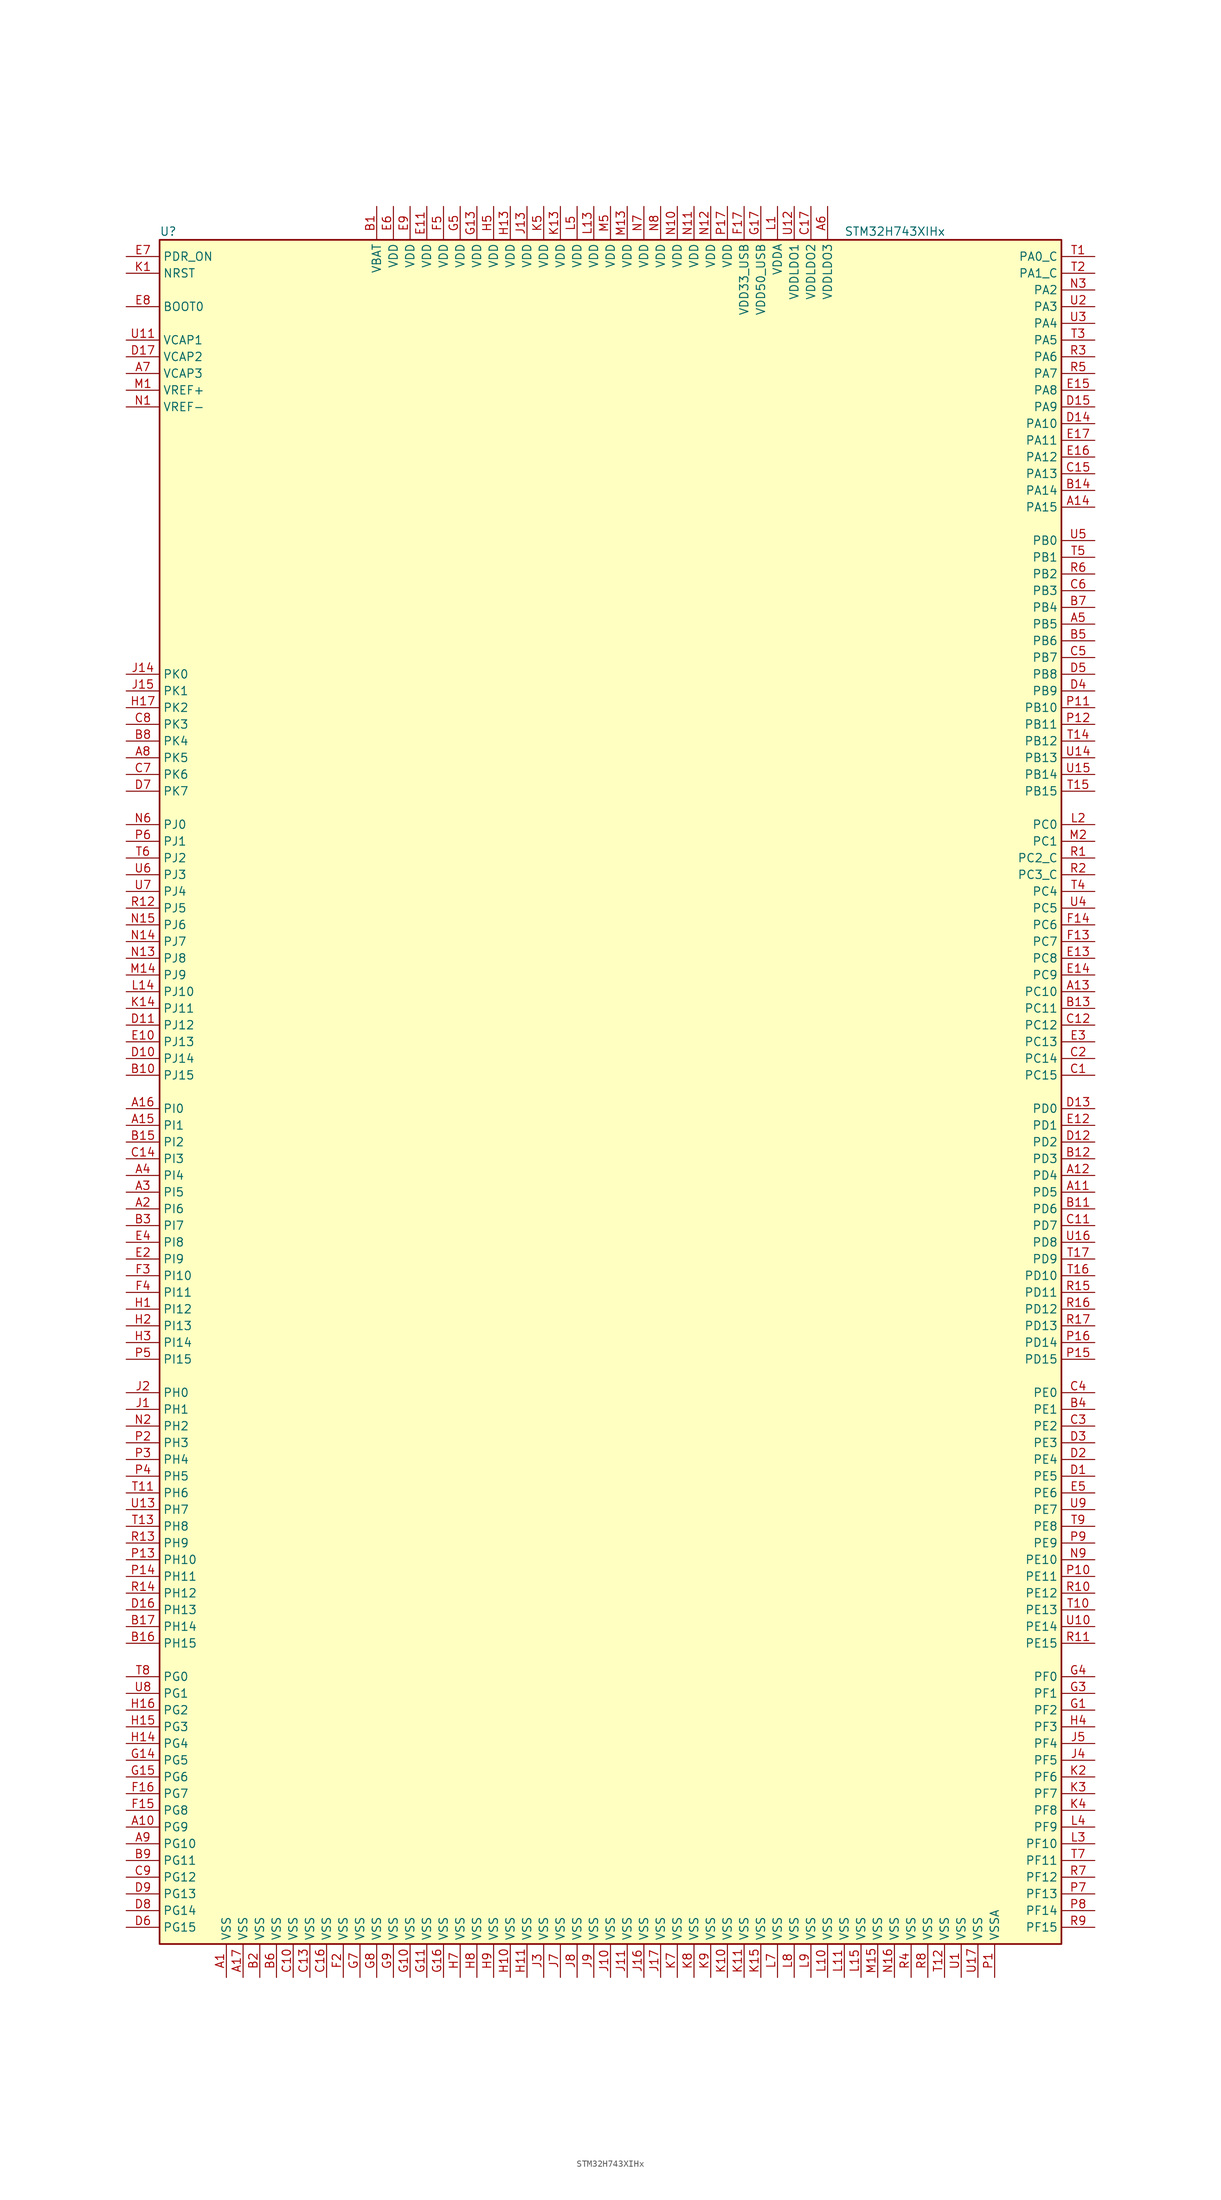
<source format=kicad_sym>
(kicad_symbol_lib
  (version 20220914)
  (generator kicad_symbol_editor)
  (symbol "STM32H743XIHx"
    (property "Reference" "U"
      (at -68.58 130.81 0)
      (effects (font (size 1.27 1.27)) (justify left)))
    (property "Value" "STM32H743XIHx"
      (at 35.56 130.81 0)
      (effects (font (size 1.27 1.27)) (justify left)))
    (symbol "STM32H743XIHx_0_1"
      (rectangle (start -68.58 -129.54) (end 68.58 129.54) (stroke (width 0.254) (type default)) (fill (type background))))
    (symbol "STM32H743XIHx_1_1"
      (pin power_in line (at -58.42 -134.62 90) (length 5.08) (name "VSS" (effects (font (size 1.27 1.27)))) (number "A1" (effects (font (size 1.27 1.27)))))
      (pin bidirectional line (at -73.66 -111.76 0) (length 5.08) (name "PG9" (effects (font (size 1.27 1.27)))) (number "A10" (effects (font (size 1.27 1.27)))))
      (pin bidirectional line (at 73.66 -15.24 180) (length 5.08) (name "PD5" (effects (font (size 1.27 1.27)))) (number "A11" (effects (font (size 1.27 1.27)))))
      (pin bidirectional line (at 73.66 -12.7 180) (length 5.08) (name "PD4" (effects (font (size 1.27 1.27)))) (number "A12" (effects (font (size 1.27 1.27)))))
      (pin bidirectional line (at 73.66 15.24 180) (length 5.08) (name "PC10" (effects (font (size 1.27 1.27)))) (number "A13" (effects (font (size 1.27 1.27)))))
      (pin bidirectional line (at 73.66 88.9 180) (length 5.08) (name "PA15" (effects (font (size 1.27 1.27)))) (number "A14" (effects (font (size 1.27 1.27)))))
      (pin bidirectional line (at -73.66 -5.08 0) (length 5.08) (name "PI1" (effects (font (size 1.27 1.27)))) (number "A15" (effects (font (size 1.27 1.27)))))
      (pin bidirectional line (at -73.66 -2.54 0) (length 5.08) (name "PI0" (effects (font (size 1.27 1.27)))) (number "A16" (effects (font (size 1.27 1.27)))))
      (pin power_in line (at -55.88 -134.62 90) (length 5.08) (name "VSS" (effects (font (size 1.27 1.27)))) (number "A17" (effects (font (size 1.27 1.27)))))
      (pin bidirectional line (at -73.66 -17.78 0) (length 5.08) (name "PI6" (effects (font (size 1.27 1.27)))) (number "A2" (effects (font (size 1.27 1.27)))))
      (pin bidirectional line (at -73.66 -15.24 0) (length 5.08) (name "PI5" (effects (font (size 1.27 1.27)))) (number "A3" (effects (font (size 1.27 1.27)))))
      (pin bidirectional line (at -73.66 -12.7 0) (length 5.08) (name "PI4" (effects (font (size 1.27 1.27)))) (number "A4" (effects (font (size 1.27 1.27)))))
      (pin bidirectional line (at 73.66 71.12 180) (length 5.08) (name "PB5" (effects (font (size 1.27 1.27)))) (number "A5" (effects (font (size 1.27 1.27)))))
      (pin power_in line (at 33.02 134.62 270) (length 5.08) (name "VDDLDO3" (effects (font (size 1.27 1.27)))) (number "A6" (effects (font (size 1.27 1.27)))))
      (pin power_in line (at -73.66 109.22 0) (length 5.08) (name "VCAP3" (effects (font (size 1.27 1.27)))) (number "A7" (effects (font (size 1.27 1.27)))))
      (pin bidirectional line (at -73.66 50.8 0) (length 5.08) (name "PK5" (effects (font (size 1.27 1.27)))) (number "A8" (effects (font (size 1.27 1.27)))))
      (pin bidirectional line (at -73.66 -114.3 0) (length 5.08) (name "PG10" (effects (font (size 1.27 1.27)))) (number "A9" (effects (font (size 1.27 1.27)))))
      (pin power_in line (at -35.56 134.62 270) (length 5.08) (name "VBAT" (effects (font (size 1.27 1.27)))) (number "B1" (effects (font (size 1.27 1.27)))))
      (pin bidirectional line (at -73.66 2.54 0) (length 5.08) (name "PJ15" (effects (font (size 1.27 1.27)))) (number "B10" (effects (font (size 1.27 1.27)))))
      (pin bidirectional line (at 73.66 -17.78 180) (length 5.08) (name "PD6" (effects (font (size 1.27 1.27)))) (number "B11" (effects (font (size 1.27 1.27)))))
      (pin bidirectional line (at 73.66 -10.16 180) (length 5.08) (name "PD3" (effects (font (size 1.27 1.27)))) (number "B12" (effects (font (size 1.27 1.27)))))
      (pin bidirectional line (at 73.66 12.7 180) (length 5.08) (name "PC11" (effects (font (size 1.27 1.27)))) (number "B13" (effects (font (size 1.27 1.27)))))
      (pin bidirectional line (at 73.66 91.44 180) (length 5.08) (name "PA14" (effects (font (size 1.27 1.27)))) (number "B14" (effects (font (size 1.27 1.27)))))
      (pin bidirectional line (at -73.66 -7.62 0) (length 5.08) (name "PI2" (effects (font (size 1.27 1.27)))) (number "B15" (effects (font (size 1.27 1.27)))))
      (pin bidirectional line (at -73.66 -83.82 0) (length 5.08) (name "PH15" (effects (font (size 1.27 1.27)))) (number "B16" (effects (font (size 1.27 1.27)))))
      (pin bidirectional line (at -73.66 -81.28 0) (length 5.08) (name "PH14" (effects (font (size 1.27 1.27)))) (number "B17" (effects (font (size 1.27 1.27)))))
      (pin power_in line (at -53.34 -134.62 90) (length 5.08) (name "VSS" (effects (font (size 1.27 1.27)))) (number "B2" (effects (font (size 1.27 1.27)))))
      (pin bidirectional line (at -73.66 -20.32 0) (length 5.08) (name "PI7" (effects (font (size 1.27 1.27)))) (number "B3" (effects (font (size 1.27 1.27)))))
      (pin bidirectional line (at 73.66 -48.26 180) (length 5.08) (name "PE1" (effects (font (size 1.27 1.27)))) (number "B4" (effects (font (size 1.27 1.27)))))
      (pin bidirectional line (at 73.66 68.58 180) (length 5.08) (name "PB6" (effects (font (size 1.27 1.27)))) (number "B5" (effects (font (size 1.27 1.27)))))
      (pin power_in line (at -50.8 -134.62 90) (length 5.08) (name "VSS" (effects (font (size 1.27 1.27)))) (number "B6" (effects (font (size 1.27 1.27)))))
      (pin bidirectional line (at 73.66 73.66 180) (length 5.08) (name "PB4" (effects (font (size 1.27 1.27)))) (number "B7" (effects (font (size 1.27 1.27)))))
      (pin bidirectional line (at -73.66 53.34 0) (length 5.08) (name "PK4" (effects (font (size 1.27 1.27)))) (number "B8" (effects (font (size 1.27 1.27)))))
      (pin bidirectional line (at -73.66 -116.84 0) (length 5.08) (name "PG11" (effects (font (size 1.27 1.27)))) (number "B9" (effects (font (size 1.27 1.27)))))
      (pin bidirectional line (at 73.66 2.54 180) (length 5.08) (name "PC15" (effects (font (size 1.27 1.27)))) (number "C1" (effects (font (size 1.27 1.27)))))
      (pin power_in line (at -48.26 -134.62 90) (length 5.08) (name "VSS" (effects (font (size 1.27 1.27)))) (number "C10" (effects (font (size 1.27 1.27)))))
      (pin bidirectional line (at 73.66 -20.32 180) (length 5.08) (name "PD7" (effects (font (size 1.27 1.27)))) (number "C11" (effects (font (size 1.27 1.27)))))
      (pin bidirectional line (at 73.66 10.16 180) (length 5.08) (name "PC12" (effects (font (size 1.27 1.27)))) (number "C12" (effects (font (size 1.27 1.27)))))
      (pin power_in line (at -45.72 -134.62 90) (length 5.08) (name "VSS" (effects (font (size 1.27 1.27)))) (number "C13" (effects (font (size 1.27 1.27)))))
      (pin bidirectional line (at -73.66 -10.16 0) (length 5.08) (name "PI3" (effects (font (size 1.27 1.27)))) (number "C14" (effects (font (size 1.27 1.27)))))
      (pin bidirectional line (at 73.66 93.98 180) (length 5.08) (name "PA13" (effects (font (size 1.27 1.27)))) (number "C15" (effects (font (size 1.27 1.27)))))
      (pin power_in line (at -43.18 -134.62 90) (length 5.08) (name "VSS" (effects (font (size 1.27 1.27)))) (number "C16" (effects (font (size 1.27 1.27)))))
      (pin power_in line (at 30.48 134.62 270) (length 5.08) (name "VDDLDO2" (effects (font (size 1.27 1.27)))) (number "C17" (effects (font (size 1.27 1.27)))))
      (pin bidirectional line (at 73.66 5.08 180) (length 5.08) (name "PC14" (effects (font (size 1.27 1.27)))) (number "C2" (effects (font (size 1.27 1.27)))))
      (pin bidirectional line (at 73.66 -50.8 180) (length 5.08) (name "PE2" (effects (font (size 1.27 1.27)))) (number "C3" (effects (font (size 1.27 1.27)))))
      (pin bidirectional line (at 73.66 -45.72 180) (length 5.08) (name "PE0" (effects (font (size 1.27 1.27)))) (number "C4" (effects (font (size 1.27 1.27)))))
      (pin bidirectional line (at 73.66 66.04 180) (length 5.08) (name "PB7" (effects (font (size 1.27 1.27)))) (number "C5" (effects (font (size 1.27 1.27)))))
      (pin bidirectional line (at 73.66 76.2 180) (length 5.08) (name "PB3" (effects (font (size 1.27 1.27)))) (number "C6" (effects (font (size 1.27 1.27)))))
      (pin bidirectional line (at -73.66 48.26 0) (length 5.08) (name "PK6" (effects (font (size 1.27 1.27)))) (number "C7" (effects (font (size 1.27 1.27)))))
      (pin bidirectional line (at -73.66 55.88 0) (length 5.08) (name "PK3" (effects (font (size 1.27 1.27)))) (number "C8" (effects (font (size 1.27 1.27)))))
      (pin bidirectional line (at -73.66 -119.38 0) (length 5.08) (name "PG12" (effects (font (size 1.27 1.27)))) (number "C9" (effects (font (size 1.27 1.27)))))
      (pin bidirectional line (at 73.66 -58.42 180) (length 5.08) (name "PE5" (effects (font (size 1.27 1.27)))) (number "D1" (effects (font (size 1.27 1.27)))))
      (pin bidirectional line (at -73.66 5.08 0) (length 5.08) (name "PJ14" (effects (font (size 1.27 1.27)))) (number "D10" (effects (font (size 1.27 1.27)))))
      (pin bidirectional line (at -73.66 10.16 0) (length 5.08) (name "PJ12" (effects (font (size 1.27 1.27)))) (number "D11" (effects (font (size 1.27 1.27)))))
      (pin bidirectional line (at 73.66 -7.62 180) (length 5.08) (name "PD2" (effects (font (size 1.27 1.27)))) (number "D12" (effects (font (size 1.27 1.27)))))
      (pin bidirectional line (at 73.66 -2.54 180) (length 5.08) (name "PD0" (effects (font (size 1.27 1.27)))) (number "D13" (effects (font (size 1.27 1.27)))))
      (pin bidirectional line (at 73.66 101.6 180) (length 5.08) (name "PA10" (effects (font (size 1.27 1.27)))) (number "D14" (effects (font (size 1.27 1.27)))))
      (pin bidirectional line (at 73.66 104.14 180) (length 5.08) (name "PA9" (effects (font (size 1.27 1.27)))) (number "D15" (effects (font (size 1.27 1.27)))))
      (pin bidirectional line (at -73.66 -78.74 0) (length 5.08) (name "PH13" (effects (font (size 1.27 1.27)))) (number "D16" (effects (font (size 1.27 1.27)))))
      (pin power_in line (at -73.66 111.76 0) (length 5.08) (name "VCAP2" (effects (font (size 1.27 1.27)))) (number "D17" (effects (font (size 1.27 1.27)))))
      (pin bidirectional line (at 73.66 -55.88 180) (length 5.08) (name "PE4" (effects (font (size 1.27 1.27)))) (number "D2" (effects (font (size 1.27 1.27)))))
      (pin bidirectional line (at 73.66 -53.34 180) (length 5.08) (name "PE3" (effects (font (size 1.27 1.27)))) (number "D3" (effects (font (size 1.27 1.27)))))
      (pin bidirectional line (at 73.66 60.96 180) (length 5.08) (name "PB9" (effects (font (size 1.27 1.27)))) (number "D4" (effects (font (size 1.27 1.27)))))
      (pin bidirectional line (at 73.66 63.5 180) (length 5.08) (name "PB8" (effects (font (size 1.27 1.27)))) (number "D5" (effects (font (size 1.27 1.27)))))
      (pin bidirectional line (at -73.66 -127 0) (length 5.08) (name "PG15" (effects (font (size 1.27 1.27)))) (number "D6" (effects (font (size 1.27 1.27)))))
      (pin bidirectional line (at -73.66 45.72 0) (length 5.08) (name "PK7" (effects (font (size 1.27 1.27)))) (number "D7" (effects (font (size 1.27 1.27)))))
      (pin bidirectional line (at -73.66 -124.46 0) (length 5.08) (name "PG14" (effects (font (size 1.27 1.27)))) (number "D8" (effects (font (size 1.27 1.27)))))
      (pin bidirectional line (at -73.66 -121.92 0) (length 5.08) (name "PG13" (effects (font (size 1.27 1.27)))) (number "D9" (effects (font (size 1.27 1.27)))))
      (pin no_connect line (at -68.58 -127 0) (length 5.08) hide (name "NC" (effects (font (size 1.27 1.27)))) (number "E1" (effects (font (size 1.27 1.27)))))
      (pin bidirectional line (at -73.66 7.62 0) (length 5.08) (name "PJ13" (effects (font (size 1.27 1.27)))) (number "E10" (effects (font (size 1.27 1.27)))))
      (pin power_in line (at -27.94 134.62 270) (length 5.08) (name "VDD" (effects (font (size 1.27 1.27)))) (number "E11" (effects (font (size 1.27 1.27)))))
      (pin bidirectional line (at 73.66 -5.08 180) (length 5.08) (name "PD1" (effects (font (size 1.27 1.27)))) (number "E12" (effects (font (size 1.27 1.27)))))
      (pin bidirectional line (at 73.66 20.32 180) (length 5.08) (name "PC8" (effects (font (size 1.27 1.27)))) (number "E13" (effects (font (size 1.27 1.27)))))
      (pin bidirectional line (at 73.66 17.78 180) (length 5.08) (name "PC9" (effects (font (size 1.27 1.27)))) (number "E14" (effects (font (size 1.27 1.27)))))
      (pin bidirectional line (at 73.66 106.68 180) (length 5.08) (name "PA8" (effects (font (size 1.27 1.27)))) (number "E15" (effects (font (size 1.27 1.27)))))
      (pin bidirectional line (at 73.66 96.52 180) (length 5.08) (name "PA12" (effects (font (size 1.27 1.27)))) (number "E16" (effects (font (size 1.27 1.27)))))
      (pin bidirectional line (at 73.66 99.06 180) (length 5.08) (name "PA11" (effects (font (size 1.27 1.27)))) (number "E17" (effects (font (size 1.27 1.27)))))
      (pin bidirectional line (at -73.66 -25.4 0) (length 5.08) (name "PI9" (effects (font (size 1.27 1.27)))) (number "E2" (effects (font (size 1.27 1.27)))))
      (pin bidirectional line (at 73.66 7.62 180) (length 5.08) (name "PC13" (effects (font (size 1.27 1.27)))) (number "E3" (effects (font (size 1.27 1.27)))))
      (pin bidirectional line (at -73.66 -22.86 0) (length 5.08) (name "PI8" (effects (font (size 1.27 1.27)))) (number "E4" (effects (font (size 1.27 1.27)))))
      (pin bidirectional line (at 73.66 -60.96 180) (length 5.08) (name "PE6" (effects (font (size 1.27 1.27)))) (number "E5" (effects (font (size 1.27 1.27)))))
      (pin power_in line (at -33.02 134.62 270) (length 5.08) (name "VDD" (effects (font (size 1.27 1.27)))) (number "E6" (effects (font (size 1.27 1.27)))))
      (pin input line (at -73.66 127 0) (length 5.08) (name "PDR_ON" (effects (font (size 1.27 1.27)))) (number "E7" (effects (font (size 1.27 1.27)))))
      (pin input line (at -73.66 119.38 0) (length 5.08) (name "BOOT0" (effects (font (size 1.27 1.27)))) (number "E8" (effects (font (size 1.27 1.27)))))
      (pin power_in line (at -30.48 134.62 270) (length 5.08) (name "VDD" (effects (font (size 1.27 1.27)))) (number "E9" (effects (font (size 1.27 1.27)))))
      (pin no_connect line (at -68.58 -124.46 0) (length 5.08) hide (name "NC" (effects (font (size 1.27 1.27)))) (number "F1" (effects (font (size 1.27 1.27)))))
      (pin bidirectional line (at 73.66 22.86 180) (length 5.08) (name "PC7" (effects (font (size 1.27 1.27)))) (number "F13" (effects (font (size 1.27 1.27)))))
      (pin bidirectional line (at 73.66 25.4 180) (length 5.08) (name "PC6" (effects (font (size 1.27 1.27)))) (number "F14" (effects (font (size 1.27 1.27)))))
      (pin bidirectional line (at -73.66 -109.22 0) (length 5.08) (name "PG8" (effects (font (size 1.27 1.27)))) (number "F15" (effects (font (size 1.27 1.27)))))
      (pin bidirectional line (at -73.66 -106.68 0) (length 5.08) (name "PG7" (effects (font (size 1.27 1.27)))) (number "F16" (effects (font (size 1.27 1.27)))))
      (pin power_in line (at 20.32 134.62 270) (length 5.08) (name "VDD33_USB" (effects (font (size 1.27 1.27)))) (number "F17" (effects (font (size 1.27 1.27)))))
      (pin power_in line (at -40.64 -134.62 90) (length 5.08) (name "VSS" (effects (font (size 1.27 1.27)))) (number "F2" (effects (font (size 1.27 1.27)))))
      (pin bidirectional line (at -73.66 -27.94 0) (length 5.08) (name "PI10" (effects (font (size 1.27 1.27)))) (number "F3" (effects (font (size 1.27 1.27)))))
      (pin bidirectional line (at -73.66 -30.48 0) (length 5.08) (name "PI11" (effects (font (size 1.27 1.27)))) (number "F4" (effects (font (size 1.27 1.27)))))
      (pin power_in line (at -25.4 134.62 270) (length 5.08) (name "VDD" (effects (font (size 1.27 1.27)))) (number "F5" (effects (font (size 1.27 1.27)))))
      (pin bidirectional line (at 73.66 -93.98 180) (length 5.08) (name "PF2" (effects (font (size 1.27 1.27)))) (number "G1" (effects (font (size 1.27 1.27)))))
      (pin power_in line (at -30.48 -134.62 90) (length 5.08) (name "VSS" (effects (font (size 1.27 1.27)))) (number "G10" (effects (font (size 1.27 1.27)))))
      (pin power_in line (at -27.94 -134.62 90) (length 5.08) (name "VSS" (effects (font (size 1.27 1.27)))) (number "G11" (effects (font (size 1.27 1.27)))))
      (pin power_in line (at -20.32 134.62 270) (length 5.08) (name "VDD" (effects (font (size 1.27 1.27)))) (number "G13" (effects (font (size 1.27 1.27)))))
      (pin bidirectional line (at -73.66 -101.6 0) (length 5.08) (name "PG5" (effects (font (size 1.27 1.27)))) (number "G14" (effects (font (size 1.27 1.27)))))
      (pin bidirectional line (at -73.66 -104.14 0) (length 5.08) (name "PG6" (effects (font (size 1.27 1.27)))) (number "G15" (effects (font (size 1.27 1.27)))))
      (pin power_in line (at -25.4 -134.62 90) (length 5.08) (name "VSS" (effects (font (size 1.27 1.27)))) (number "G16" (effects (font (size 1.27 1.27)))))
      (pin power_in line (at 22.86 134.62 270) (length 5.08) (name "VDD50_USB" (effects (font (size 1.27 1.27)))) (number "G17" (effects (font (size 1.27 1.27)))))
      (pin no_connect line (at -68.58 -121.92 0) (length 5.08) hide (name "NC" (effects (font (size 1.27 1.27)))) (number "G2" (effects (font (size 1.27 1.27)))))
      (pin bidirectional line (at 73.66 -91.44 180) (length 5.08) (name "PF1" (effects (font (size 1.27 1.27)))) (number "G3" (effects (font (size 1.27 1.27)))))
      (pin bidirectional line (at 73.66 -88.9 180) (length 5.08) (name "PF0" (effects (font (size 1.27 1.27)))) (number "G4" (effects (font (size 1.27 1.27)))))
      (pin power_in line (at -22.86 134.62 270) (length 5.08) (name "VDD" (effects (font (size 1.27 1.27)))) (number "G5" (effects (font (size 1.27 1.27)))))
      (pin power_in line (at -38.1 -134.62 90) (length 5.08) (name "VSS" (effects (font (size 1.27 1.27)))) (number "G7" (effects (font (size 1.27 1.27)))))
      (pin power_in line (at -35.56 -134.62 90) (length 5.08) (name "VSS" (effects (font (size 1.27 1.27)))) (number "G8" (effects (font (size 1.27 1.27)))))
      (pin power_in line (at -33.02 -134.62 90) (length 5.08) (name "VSS" (effects (font (size 1.27 1.27)))) (number "G9" (effects (font (size 1.27 1.27)))))
      (pin bidirectional line (at -73.66 -33.02 0) (length 5.08) (name "PI12" (effects (font (size 1.27 1.27)))) (number "H1" (effects (font (size 1.27 1.27)))))
      (pin power_in line (at -15.24 -134.62 90) (length 5.08) (name "VSS" (effects (font (size 1.27 1.27)))) (number "H10" (effects (font (size 1.27 1.27)))))
      (pin power_in line (at -12.7 -134.62 90) (length 5.08) (name "VSS" (effects (font (size 1.27 1.27)))) (number "H11" (effects (font (size 1.27 1.27)))))
      (pin power_in line (at -15.24 134.62 270) (length 5.08) (name "VDD" (effects (font (size 1.27 1.27)))) (number "H13" (effects (font (size 1.27 1.27)))))
      (pin bidirectional line (at -73.66 -99.06 0) (length 5.08) (name "PG4" (effects (font (size 1.27 1.27)))) (number "H14" (effects (font (size 1.27 1.27)))))
      (pin bidirectional line (at -73.66 -96.52 0) (length 5.08) (name "PG3" (effects (font (size 1.27 1.27)))) (number "H15" (effects (font (size 1.27 1.27)))))
      (pin bidirectional line (at -73.66 -93.98 0) (length 5.08) (name "PG2" (effects (font (size 1.27 1.27)))) (number "H16" (effects (font (size 1.27 1.27)))))
      (pin bidirectional line (at -73.66 58.42 0) (length 5.08) (name "PK2" (effects (font (size 1.27 1.27)))) (number "H17" (effects (font (size 1.27 1.27)))))
      (pin bidirectional line (at -73.66 -35.56 0) (length 5.08) (name "PI13" (effects (font (size 1.27 1.27)))) (number "H2" (effects (font (size 1.27 1.27)))))
      (pin bidirectional line (at -73.66 -38.1 0) (length 5.08) (name "PI14" (effects (font (size 1.27 1.27)))) (number "H3" (effects (font (size 1.27 1.27)))))
      (pin bidirectional line (at 73.66 -96.52 180) (length 5.08) (name "PF3" (effects (font (size 1.27 1.27)))) (number "H4" (effects (font (size 1.27 1.27)))))
      (pin power_in line (at -17.78 134.62 270) (length 5.08) (name "VDD" (effects (font (size 1.27 1.27)))) (number "H5" (effects (font (size 1.27 1.27)))))
      (pin power_in line (at -22.86 -134.62 90) (length 5.08) (name "VSS" (effects (font (size 1.27 1.27)))) (number "H7" (effects (font (size 1.27 1.27)))))
      (pin power_in line (at -20.32 -134.62 90) (length 5.08) (name "VSS" (effects (font (size 1.27 1.27)))) (number "H8" (effects (font (size 1.27 1.27)))))
      (pin power_in line (at -17.78 -134.62 90) (length 5.08) (name "VSS" (effects (font (size 1.27 1.27)))) (number "H9" (effects (font (size 1.27 1.27)))))
      (pin input line (at -73.66 -48.26 0) (length 5.08) (name "PH1" (effects (font (size 1.27 1.27)))) (number "J1" (effects (font (size 1.27 1.27)))))
      (pin power_in line (at 0 -134.62 90) (length 5.08) (name "VSS" (effects (font (size 1.27 1.27)))) (number "J10" (effects (font (size 1.27 1.27)))))
      (pin power_in line (at 2.54 -134.62 90) (length 5.08) (name "VSS" (effects (font (size 1.27 1.27)))) (number "J11" (effects (font (size 1.27 1.27)))))
      (pin power_in line (at -12.7 134.62 270) (length 5.08) (name "VDD" (effects (font (size 1.27 1.27)))) (number "J13" (effects (font (size 1.27 1.27)))))
      (pin bidirectional line (at -73.66 63.5 0) (length 5.08) (name "PK0" (effects (font (size 1.27 1.27)))) (number "J14" (effects (font (size 1.27 1.27)))))
      (pin bidirectional line (at -73.66 60.96 0) (length 5.08) (name "PK1" (effects (font (size 1.27 1.27)))) (number "J15" (effects (font (size 1.27 1.27)))))
      (pin power_in line (at 5.08 -134.62 90) (length 5.08) (name "VSS" (effects (font (size 1.27 1.27)))) (number "J16" (effects (font (size 1.27 1.27)))))
      (pin power_in line (at 7.62 -134.62 90) (length 5.08) (name "VSS" (effects (font (size 1.27 1.27)))) (number "J17" (effects (font (size 1.27 1.27)))))
      (pin input line (at -73.66 -45.72 0) (length 5.08) (name "PH0" (effects (font (size 1.27 1.27)))) (number "J2" (effects (font (size 1.27 1.27)))))
      (pin power_in line (at -10.16 -134.62 90) (length 5.08) (name "VSS" (effects (font (size 1.27 1.27)))) (number "J3" (effects (font (size 1.27 1.27)))))
      (pin bidirectional line (at 73.66 -101.6 180) (length 5.08) (name "PF5" (effects (font (size 1.27 1.27)))) (number "J4" (effects (font (size 1.27 1.27)))))
      (pin bidirectional line (at 73.66 -99.06 180) (length 5.08) (name "PF4" (effects (font (size 1.27 1.27)))) (number "J5" (effects (font (size 1.27 1.27)))))
      (pin power_in line (at -7.62 -134.62 90) (length 5.08) (name "VSS" (effects (font (size 1.27 1.27)))) (number "J7" (effects (font (size 1.27 1.27)))))
      (pin power_in line (at -5.08 -134.62 90) (length 5.08) (name "VSS" (effects (font (size 1.27 1.27)))) (number "J8" (effects (font (size 1.27 1.27)))))
      (pin power_in line (at -2.54 -134.62 90) (length 5.08) (name "VSS" (effects (font (size 1.27 1.27)))) (number "J9" (effects (font (size 1.27 1.27)))))
      (pin input line (at -73.66 124.46 0) (length 5.08) (name "NRST" (effects (font (size 1.27 1.27)))) (number "K1" (effects (font (size 1.27 1.27)))))
      (pin power_in line (at 17.78 -134.62 90) (length 5.08) (name "VSS" (effects (font (size 1.27 1.27)))) (number "K10" (effects (font (size 1.27 1.27)))))
      (pin power_in line (at 20.32 -134.62 90) (length 5.08) (name "VSS" (effects (font (size 1.27 1.27)))) (number "K11" (effects (font (size 1.27 1.27)))))
      (pin power_in line (at -7.62 134.62 270) (length 5.08) (name "VDD" (effects (font (size 1.27 1.27)))) (number "K13" (effects (font (size 1.27 1.27)))))
      (pin bidirectional line (at -73.66 12.7 0) (length 5.08) (name "PJ11" (effects (font (size 1.27 1.27)))) (number "K14" (effects (font (size 1.27 1.27)))))
      (pin power_in line (at 22.86 -134.62 90) (length 5.08) (name "VSS" (effects (font (size 1.27 1.27)))) (number "K15" (effects (font (size 1.27 1.27)))))
      (pin no_connect line (at -68.58 -119.38 0) (length 5.08) hide (name "NC" (effects (font (size 1.27 1.27)))) (number "K16" (effects (font (size 1.27 1.27)))))
      (pin no_connect line (at -68.58 -116.84 0) (length 5.08) hide (name "NC" (effects (font (size 1.27 1.27)))) (number "K17" (effects (font (size 1.27 1.27)))))
      (pin bidirectional line (at 73.66 -104.14 180) (length 5.08) (name "PF6" (effects (font (size 1.27 1.27)))) (number "K2" (effects (font (size 1.27 1.27)))))
      (pin bidirectional line (at 73.66 -106.68 180) (length 5.08) (name "PF7" (effects (font (size 1.27 1.27)))) (number "K3" (effects (font (size 1.27 1.27)))))
      (pin bidirectional line (at 73.66 -109.22 180) (length 5.08) (name "PF8" (effects (font (size 1.27 1.27)))) (number "K4" (effects (font (size 1.27 1.27)))))
      (pin power_in line (at -10.16 134.62 270) (length 5.08) (name "VDD" (effects (font (size 1.27 1.27)))) (number "K5" (effects (font (size 1.27 1.27)))))
      (pin power_in line (at 10.16 -134.62 90) (length 5.08) (name "VSS" (effects (font (size 1.27 1.27)))) (number "K7" (effects (font (size 1.27 1.27)))))
      (pin power_in line (at 12.7 -134.62 90) (length 5.08) (name "VSS" (effects (font (size 1.27 1.27)))) (number "K8" (effects (font (size 1.27 1.27)))))
      (pin power_in line (at 15.24 -134.62 90) (length 5.08) (name "VSS" (effects (font (size 1.27 1.27)))) (number "K9" (effects (font (size 1.27 1.27)))))
      (pin power_in line (at 25.4 134.62 270) (length 5.08) (name "VDDA" (effects (font (size 1.27 1.27)))) (number "L1" (effects (font (size 1.27 1.27)))))
      (pin power_in line (at 33.02 -134.62 90) (length 5.08) (name "VSS" (effects (font (size 1.27 1.27)))) (number "L10" (effects (font (size 1.27 1.27)))))
      (pin power_in line (at 35.56 -134.62 90) (length 5.08) (name "VSS" (effects (font (size 1.27 1.27)))) (number "L11" (effects (font (size 1.27 1.27)))))
      (pin power_in line (at -2.54 134.62 270) (length 5.08) (name "VDD" (effects (font (size 1.27 1.27)))) (number "L13" (effects (font (size 1.27 1.27)))))
      (pin bidirectional line (at -73.66 15.24 0) (length 5.08) (name "PJ10" (effects (font (size 1.27 1.27)))) (number "L14" (effects (font (size 1.27 1.27)))))
      (pin power_in line (at 38.1 -134.62 90) (length 5.08) (name "VSS" (effects (font (size 1.27 1.27)))) (number "L15" (effects (font (size 1.27 1.27)))))
      (pin no_connect line (at -68.58 -114.3 0) (length 5.08) hide (name "NC" (effects (font (size 1.27 1.27)))) (number "L16" (effects (font (size 1.27 1.27)))))
      (pin no_connect line (at -68.58 -111.76 0) (length 5.08) hide (name "NC" (effects (font (size 1.27 1.27)))) (number "L17" (effects (font (size 1.27 1.27)))))
      (pin bidirectional line (at 73.66 40.64 180) (length 5.08) (name "PC0" (effects (font (size 1.27 1.27)))) (number "L2" (effects (font (size 1.27 1.27)))))
      (pin bidirectional line (at 73.66 -114.3 180) (length 5.08) (name "PF10" (effects (font (size 1.27 1.27)))) (number "L3" (effects (font (size 1.27 1.27)))))
      (pin bidirectional line (at 73.66 -111.76 180) (length 5.08) (name "PF9" (effects (font (size 1.27 1.27)))) (number "L4" (effects (font (size 1.27 1.27)))))
      (pin power_in line (at -5.08 134.62 270) (length 5.08) (name "VDD" (effects (font (size 1.27 1.27)))) (number "L5" (effects (font (size 1.27 1.27)))))
      (pin power_in line (at 25.4 -134.62 90) (length 5.08) (name "VSS" (effects (font (size 1.27 1.27)))) (number "L7" (effects (font (size 1.27 1.27)))))
      (pin power_in line (at 27.94 -134.62 90) (length 5.08) (name "VSS" (effects (font (size 1.27 1.27)))) (number "L8" (effects (font (size 1.27 1.27)))))
      (pin power_in line (at 30.48 -134.62 90) (length 5.08) (name "VSS" (effects (font (size 1.27 1.27)))) (number "L9" (effects (font (size 1.27 1.27)))))
      (pin bidirectional line (at -73.66 106.68 0) (length 5.08) (name "VREF+" (effects (font (size 1.27 1.27)))) (number "M1" (effects (font (size 1.27 1.27)))))
      (pin power_in line (at 2.54 134.62 270) (length 5.08) (name "VDD" (effects (font (size 1.27 1.27)))) (number "M13" (effects (font (size 1.27 1.27)))))
      (pin bidirectional line (at -73.66 17.78 0) (length 5.08) (name "PJ9" (effects (font (size 1.27 1.27)))) (number "M14" (effects (font (size 1.27 1.27)))))
      (pin power_in line (at 40.64 -134.62 90) (length 5.08) (name "VSS" (effects (font (size 1.27 1.27)))) (number "M15" (effects (font (size 1.27 1.27)))))
      (pin no_connect line (at -68.58 -109.22 0) (length 5.08) hide (name "NC" (effects (font (size 1.27 1.27)))) (number "M16" (effects (font (size 1.27 1.27)))))
      (pin no_connect line (at -68.58 -106.68 0) (length 5.08) hide (name "NC" (effects (font (size 1.27 1.27)))) (number "M17" (effects (font (size 1.27 1.27)))))
      (pin bidirectional line (at 73.66 38.1 180) (length 5.08) (name "PC1" (effects (font (size 1.27 1.27)))) (number "M2" (effects (font (size 1.27 1.27)))))
      (pin power_in line (at 0 134.62 270) (length 5.08) (name "VDD" (effects (font (size 1.27 1.27)))) (number "M5" (effects (font (size 1.27 1.27)))))
      (pin power_in line (at -73.66 104.14 0) (length 5.08) (name "VREF-" (effects (font (size 1.27 1.27)))) (number "N1" (effects (font (size 1.27 1.27)))))
      (pin power_in line (at 10.16 134.62 270) (length 5.08) (name "VDD" (effects (font (size 1.27 1.27)))) (number "N10" (effects (font (size 1.27 1.27)))))
      (pin power_in line (at 12.7 134.62 270) (length 5.08) (name "VDD" (effects (font (size 1.27 1.27)))) (number "N11" (effects (font (size 1.27 1.27)))))
      (pin power_in line (at 15.24 134.62 270) (length 5.08) (name "VDD" (effects (font (size 1.27 1.27)))) (number "N12" (effects (font (size 1.27 1.27)))))
      (pin bidirectional line (at -73.66 20.32 0) (length 5.08) (name "PJ8" (effects (font (size 1.27 1.27)))) (number "N13" (effects (font (size 1.27 1.27)))))
      (pin bidirectional line (at -73.66 22.86 0) (length 5.08) (name "PJ7" (effects (font (size 1.27 1.27)))) (number "N14" (effects (font (size 1.27 1.27)))))
      (pin bidirectional line (at -73.66 25.4 0) (length 5.08) (name "PJ6" (effects (font (size 1.27 1.27)))) (number "N15" (effects (font (size 1.27 1.27)))))
      (pin power_in line (at 43.18 -134.62 90) (length 5.08) (name "VSS" (effects (font (size 1.27 1.27)))) (number "N16" (effects (font (size 1.27 1.27)))))
      (pin no_connect line (at -68.58 -104.14 0) (length 5.08) hide (name "NC" (effects (font (size 1.27 1.27)))) (number "N17" (effects (font (size 1.27 1.27)))))
      (pin bidirectional line (at -73.66 -50.8 0) (length 5.08) (name "PH2" (effects (font (size 1.27 1.27)))) (number "N2" (effects (font (size 1.27 1.27)))))
      (pin bidirectional line (at 73.66 121.92 180) (length 5.08) (name "PA2" (effects (font (size 1.27 1.27)))) (number "N3" (effects (font (size 1.27 1.27)))))
      (pin bidirectional line (at -73.66 40.64 0) (length 5.08) (name "PJ0" (effects (font (size 1.27 1.27)))) (number "N6" (effects (font (size 1.27 1.27)))))
      (pin power_in line (at 5.08 134.62 270) (length 5.08) (name "VDD" (effects (font (size 1.27 1.27)))) (number "N7" (effects (font (size 1.27 1.27)))))
      (pin power_in line (at 7.62 134.62 270) (length 5.08) (name "VDD" (effects (font (size 1.27 1.27)))) (number "N8" (effects (font (size 1.27 1.27)))))
      (pin bidirectional line (at 73.66 -71.12 180) (length 5.08) (name "PE10" (effects (font (size 1.27 1.27)))) (number "N9" (effects (font (size 1.27 1.27)))))
      (pin power_in line (at 58.42 -134.62 90) (length 5.08) (name "VSSA" (effects (font (size 1.27 1.27)))) (number "P1" (effects (font (size 1.27 1.27)))))
      (pin bidirectional line (at 73.66 -73.66 180) (length 5.08) (name "PE11" (effects (font (size 1.27 1.27)))) (number "P10" (effects (font (size 1.27 1.27)))))
      (pin bidirectional line (at 73.66 58.42 180) (length 5.08) (name "PB10" (effects (font (size 1.27 1.27)))) (number "P11" (effects (font (size 1.27 1.27)))))
      (pin bidirectional line (at 73.66 55.88 180) (length 5.08) (name "PB11" (effects (font (size 1.27 1.27)))) (number "P12" (effects (font (size 1.27 1.27)))))
      (pin bidirectional line (at -73.66 -71.12 0) (length 5.08) (name "PH10" (effects (font (size 1.27 1.27)))) (number "P13" (effects (font (size 1.27 1.27)))))
      (pin bidirectional line (at -73.66 -73.66 0) (length 5.08) (name "PH11" (effects (font (size 1.27 1.27)))) (number "P14" (effects (font (size 1.27 1.27)))))
      (pin bidirectional line (at 73.66 -40.64 180) (length 5.08) (name "PD15" (effects (font (size 1.27 1.27)))) (number "P15" (effects (font (size 1.27 1.27)))))
      (pin bidirectional line (at 73.66 -38.1 180) (length 5.08) (name "PD14" (effects (font (size 1.27 1.27)))) (number "P16" (effects (font (size 1.27 1.27)))))
      (pin power_in line (at 17.78 134.62 270) (length 5.08) (name "VDD" (effects (font (size 1.27 1.27)))) (number "P17" (effects (font (size 1.27 1.27)))))
      (pin bidirectional line (at -73.66 -53.34 0) (length 5.08) (name "PH3" (effects (font (size 1.27 1.27)))) (number "P2" (effects (font (size 1.27 1.27)))))
      (pin bidirectional line (at -73.66 -55.88 0) (length 5.08) (name "PH4" (effects (font (size 1.27 1.27)))) (number "P3" (effects (font (size 1.27 1.27)))))
      (pin bidirectional line (at -73.66 -58.42 0) (length 5.08) (name "PH5" (effects (font (size 1.27 1.27)))) (number "P4" (effects (font (size 1.27 1.27)))))
      (pin bidirectional line (at -73.66 -40.64 0) (length 5.08) (name "PI15" (effects (font (size 1.27 1.27)))) (number "P5" (effects (font (size 1.27 1.27)))))
      (pin bidirectional line (at -73.66 38.1 0) (length 5.08) (name "PJ1" (effects (font (size 1.27 1.27)))) (number "P6" (effects (font (size 1.27 1.27)))))
      (pin bidirectional line (at 73.66 -121.92 180) (length 5.08) (name "PF13" (effects (font (size 1.27 1.27)))) (number "P7" (effects (font (size 1.27 1.27)))))
      (pin bidirectional line (at 73.66 -124.46 180) (length 5.08) (name "PF14" (effects (font (size 1.27 1.27)))) (number "P8" (effects (font (size 1.27 1.27)))))
      (pin bidirectional line (at 73.66 -68.58 180) (length 5.08) (name "PE9" (effects (font (size 1.27 1.27)))) (number "P9" (effects (font (size 1.27 1.27)))))
      (pin bidirectional line (at 73.66 35.56 180) (length 5.08) (name "PC2_C" (effects (font (size 1.27 1.27)))) (number "R1" (effects (font (size 1.27 1.27)))))
      (pin bidirectional line (at 73.66 -76.2 180) (length 5.08) (name "PE12" (effects (font (size 1.27 1.27)))) (number "R10" (effects (font (size 1.27 1.27)))))
      (pin bidirectional line (at 73.66 -83.82 180) (length 5.08) (name "PE15" (effects (font (size 1.27 1.27)))) (number "R11" (effects (font (size 1.27 1.27)))))
      (pin bidirectional line (at -73.66 27.94 0) (length 5.08) (name "PJ5" (effects (font (size 1.27 1.27)))) (number "R12" (effects (font (size 1.27 1.27)))))
      (pin bidirectional line (at -73.66 -68.58 0) (length 5.08) (name "PH9" (effects (font (size 1.27 1.27)))) (number "R13" (effects (font (size 1.27 1.27)))))
      (pin bidirectional line (at -73.66 -76.2 0) (length 5.08) (name "PH12" (effects (font (size 1.27 1.27)))) (number "R14" (effects (font (size 1.27 1.27)))))
      (pin bidirectional line (at 73.66 -30.48 180) (length 5.08) (name "PD11" (effects (font (size 1.27 1.27)))) (number "R15" (effects (font (size 1.27 1.27)))))
      (pin bidirectional line (at 73.66 -33.02 180) (length 5.08) (name "PD12" (effects (font (size 1.27 1.27)))) (number "R16" (effects (font (size 1.27 1.27)))))
      (pin bidirectional line (at 73.66 -35.56 180) (length 5.08) (name "PD13" (effects (font (size 1.27 1.27)))) (number "R17" (effects (font (size 1.27 1.27)))))
      (pin bidirectional line (at 73.66 33.02 180) (length 5.08) (name "PC3_C" (effects (font (size 1.27 1.27)))) (number "R2" (effects (font (size 1.27 1.27)))))
      (pin bidirectional line (at 73.66 111.76 180) (length 5.08) (name "PA6" (effects (font (size 1.27 1.27)))) (number "R3" (effects (font (size 1.27 1.27)))))
      (pin power_in line (at 45.72 -134.62 90) (length 5.08) (name "VSS" (effects (font (size 1.27 1.27)))) (number "R4" (effects (font (size 1.27 1.27)))))
      (pin bidirectional line (at 73.66 109.22 180) (length 5.08) (name "PA7" (effects (font (size 1.27 1.27)))) (number "R5" (effects (font (size 1.27 1.27)))))
      (pin bidirectional line (at 73.66 78.74 180) (length 5.08) (name "PB2" (effects (font (size 1.27 1.27)))) (number "R6" (effects (font (size 1.27 1.27)))))
      (pin bidirectional line (at 73.66 -119.38 180) (length 5.08) (name "PF12" (effects (font (size 1.27 1.27)))) (number "R7" (effects (font (size 1.27 1.27)))))
      (pin power_in line (at 48.26 -134.62 90) (length 5.08) (name "VSS" (effects (font (size 1.27 1.27)))) (number "R8" (effects (font (size 1.27 1.27)))))
      (pin bidirectional line (at 73.66 -127 180) (length 5.08) (name "PF15" (effects (font (size 1.27 1.27)))) (number "R9" (effects (font (size 1.27 1.27)))))
      (pin bidirectional line (at 73.66 127 180) (length 5.08) (name "PA0_C" (effects (font (size 1.27 1.27)))) (number "T1" (effects (font (size 1.27 1.27)))))
      (pin bidirectional line (at 73.66 -78.74 180) (length 5.08) (name "PE13" (effects (font (size 1.27 1.27)))) (number "T10" (effects (font (size 1.27 1.27)))))
      (pin bidirectional line (at -73.66 -60.96 0) (length 5.08) (name "PH6" (effects (font (size 1.27 1.27)))) (number "T11" (effects (font (size 1.27 1.27)))))
      (pin power_in line (at 50.8 -134.62 90) (length 5.08) (name "VSS" (effects (font (size 1.27 1.27)))) (number "T12" (effects (font (size 1.27 1.27)))))
      (pin bidirectional line (at -73.66 -66.04 0) (length 5.08) (name "PH8" (effects (font (size 1.27 1.27)))) (number "T13" (effects (font (size 1.27 1.27)))))
      (pin bidirectional line (at 73.66 53.34 180) (length 5.08) (name "PB12" (effects (font (size 1.27 1.27)))) (number "T14" (effects (font (size 1.27 1.27)))))
      (pin bidirectional line (at 73.66 45.72 180) (length 5.08) (name "PB15" (effects (font (size 1.27 1.27)))) (number "T15" (effects (font (size 1.27 1.27)))))
      (pin bidirectional line (at 73.66 -27.94 180) (length 5.08) (name "PD10" (effects (font (size 1.27 1.27)))) (number "T16" (effects (font (size 1.27 1.27)))))
      (pin bidirectional line (at 73.66 -25.4 180) (length 5.08) (name "PD9" (effects (font (size 1.27 1.27)))) (number "T17" (effects (font (size 1.27 1.27)))))
      (pin bidirectional line (at 73.66 124.46 180) (length 5.08) (name "PA1_C" (effects (font (size 1.27 1.27)))) (number "T2" (effects (font (size 1.27 1.27)))))
      (pin bidirectional line (at 73.66 114.3 180) (length 5.08) (name "PA5" (effects (font (size 1.27 1.27)))) (number "T3" (effects (font (size 1.27 1.27)))))
      (pin bidirectional line (at 73.66 30.48 180) (length 5.08) (name "PC4" (effects (font (size 1.27 1.27)))) (number "T4" (effects (font (size 1.27 1.27)))))
      (pin bidirectional line (at 73.66 81.28 180) (length 5.08) (name "PB1" (effects (font (size 1.27 1.27)))) (number "T5" (effects (font (size 1.27 1.27)))))
      (pin bidirectional line (at -73.66 35.56 0) (length 5.08) (name "PJ2" (effects (font (size 1.27 1.27)))) (number "T6" (effects (font (size 1.27 1.27)))))
      (pin bidirectional line (at 73.66 -116.84 180) (length 5.08) (name "PF11" (effects (font (size 1.27 1.27)))) (number "T7" (effects (font (size 1.27 1.27)))))
      (pin bidirectional line (at -73.66 -88.9 0) (length 5.08) (name "PG0" (effects (font (size 1.27 1.27)))) (number "T8" (effects (font (size 1.27 1.27)))))
      (pin bidirectional line (at 73.66 -66.04 180) (length 5.08) (name "PE8" (effects (font (size 1.27 1.27)))) (number "T9" (effects (font (size 1.27 1.27)))))
      (pin power_in line (at 53.34 -134.62 90) (length 5.08) (name "VSS" (effects (font (size 1.27 1.27)))) (number "U1" (effects (font (size 1.27 1.27)))))
      (pin bidirectional line (at 73.66 -81.28 180) (length 5.08) (name "PE14" (effects (font (size 1.27 1.27)))) (number "U10" (effects (font (size 1.27 1.27)))))
      (pin power_in line (at -73.66 114.3 0) (length 5.08) (name "VCAP1" (effects (font (size 1.27 1.27)))) (number "U11" (effects (font (size 1.27 1.27)))))
      (pin power_in line (at 27.94 134.62 270) (length 5.08) (name "VDDLDO1" (effects (font (size 1.27 1.27)))) (number "U12" (effects (font (size 1.27 1.27)))))
      (pin bidirectional line (at -73.66 -63.5 0) (length 5.08) (name "PH7" (effects (font (size 1.27 1.27)))) (number "U13" (effects (font (size 1.27 1.27)))))
      (pin bidirectional line (at 73.66 50.8 180) (length 5.08) (name "PB13" (effects (font (size 1.27 1.27)))) (number "U14" (effects (font (size 1.27 1.27)))))
      (pin bidirectional line (at 73.66 48.26 180) (length 5.08) (name "PB14" (effects (font (size 1.27 1.27)))) (number "U15" (effects (font (size 1.27 1.27)))))
      (pin bidirectional line (at 73.66 -22.86 180) (length 5.08) (name "PD8" (effects (font (size 1.27 1.27)))) (number "U16" (effects (font (size 1.27 1.27)))))
      (pin power_in line (at 55.88 -134.62 90) (length 5.08) (name "VSS" (effects (font (size 1.27 1.27)))) (number "U17" (effects (font (size 1.27 1.27)))))
      (pin bidirectional line (at 73.66 119.38 180) (length 5.08) (name "PA3" (effects (font (size 1.27 1.27)))) (number "U2" (effects (font (size 1.27 1.27)))))
      (pin bidirectional line (at 73.66 116.84 180) (length 5.08) (name "PA4" (effects (font (size 1.27 1.27)))) (number "U3" (effects (font (size 1.27 1.27)))))
      (pin bidirectional line (at 73.66 27.94 180) (length 5.08) (name "PC5" (effects (font (size 1.27 1.27)))) (number "U4" (effects (font (size 1.27 1.27)))))
      (pin bidirectional line (at 73.66 83.82 180) (length 5.08) (name "PB0" (effects (font (size 1.27 1.27)))) (number "U5" (effects (font (size 1.27 1.27)))))
      (pin bidirectional line (at -73.66 33.02 0) (length 5.08) (name "PJ3" (effects (font (size 1.27 1.27)))) (number "U6" (effects (font (size 1.27 1.27)))))
      (pin bidirectional line (at -73.66 30.48 0) (length 5.08) (name "PJ4" (effects (font (size 1.27 1.27)))) (number "U7" (effects (font (size 1.27 1.27)))))
      (pin bidirectional line (at -73.66 -91.44 0) (length 5.08) (name "PG1" (effects (font (size 1.27 1.27)))) (number "U8" (effects (font (size 1.27 1.27)))))
      (pin bidirectional line (at 73.66 -63.5 180) (length 5.08) (name "PE7" (effects (font (size 1.27 1.27)))) (number "U9" (effects (font (size 1.27 1.27))))))))
</source>
